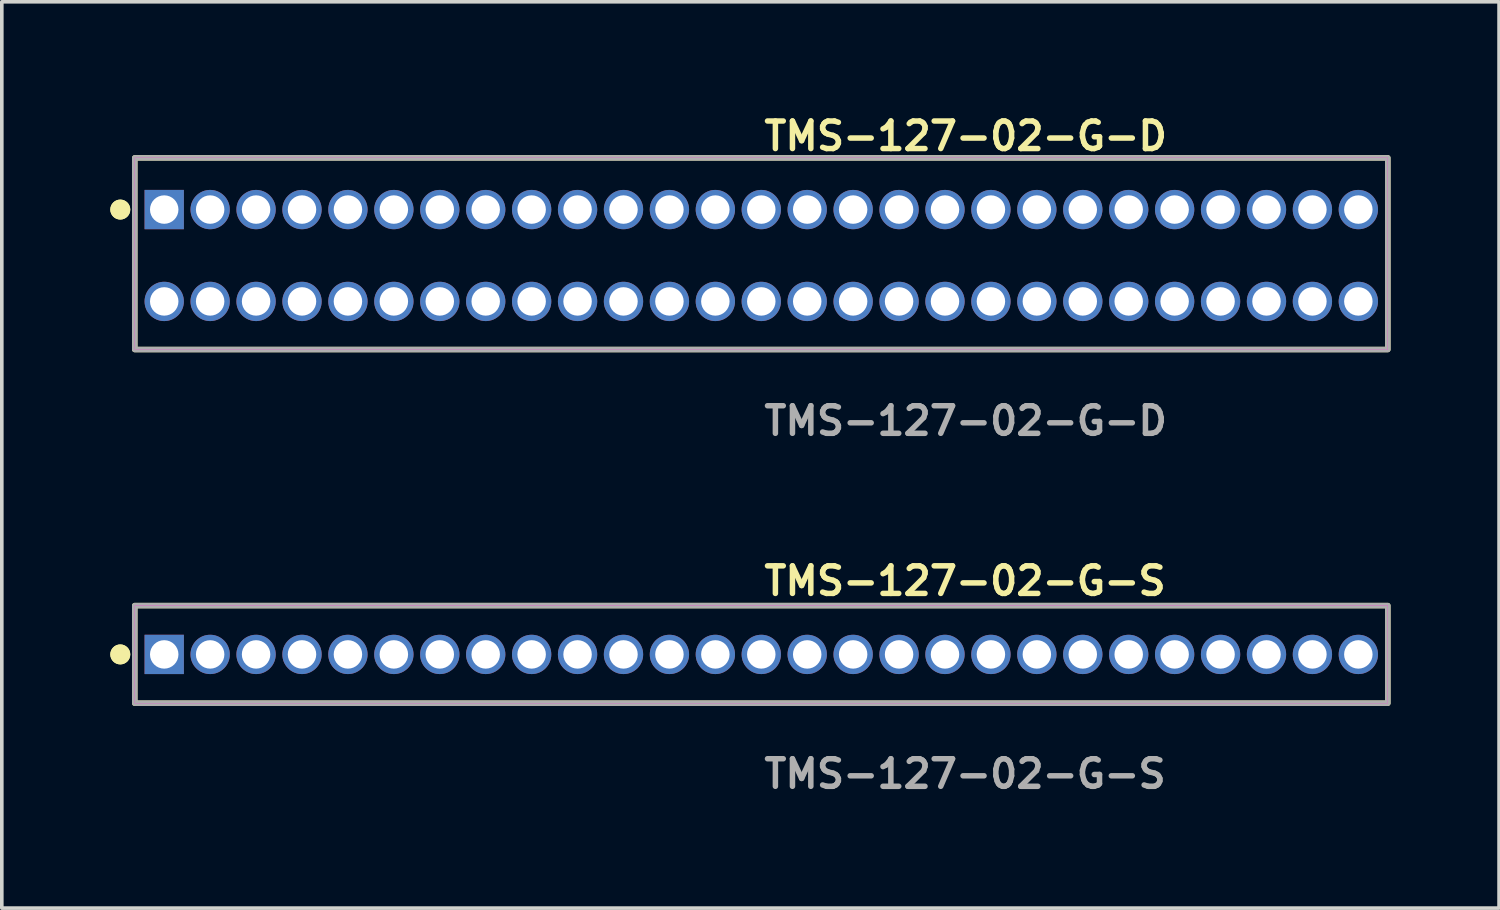
<source format=kicad_pcb>
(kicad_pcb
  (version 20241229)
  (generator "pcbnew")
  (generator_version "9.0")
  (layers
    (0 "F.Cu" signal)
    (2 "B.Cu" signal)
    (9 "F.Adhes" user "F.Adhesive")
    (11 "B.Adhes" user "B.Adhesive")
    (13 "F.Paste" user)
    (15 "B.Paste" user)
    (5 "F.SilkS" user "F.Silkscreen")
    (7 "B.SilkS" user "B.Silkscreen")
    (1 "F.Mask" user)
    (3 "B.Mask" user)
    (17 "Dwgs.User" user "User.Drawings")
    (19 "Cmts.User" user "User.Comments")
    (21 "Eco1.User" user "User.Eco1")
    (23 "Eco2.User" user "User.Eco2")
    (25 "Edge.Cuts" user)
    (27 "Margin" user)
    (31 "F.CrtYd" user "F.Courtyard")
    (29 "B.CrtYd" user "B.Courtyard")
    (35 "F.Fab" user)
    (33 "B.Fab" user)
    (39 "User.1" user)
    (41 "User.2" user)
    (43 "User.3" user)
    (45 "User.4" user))
  (footprint "TMS-127-02-G-D"
    (layer "F.Cu")
    (at 18.001 4.015)
    (property "Reference" "TMS-127-02-G-D" (at 0 -3.302 0) (unlocked yes) (layer "F.SilkS") (effects (font (size 0.762 0.762) (thickness 0.152)) (justify left)))
    (fp_rect (start -17.325 2.6) (end 17.325 -2.7) (stroke (width 0.152) (type solid)) (fill no) (layer "F.SilkS"))
    (fp_circle (center -17.725 -1.27) (end -17.925 -1.27) (stroke (width 0.152) (type solid)) (fill yes) (layer "F.SilkS"))
    (fp_circle (center -17.725 -1.27) (end -17.925 -1.27) (stroke (width 0.152) (type solid)) (fill yes) (layer "F.SilkS"))
    (fp_rect (start -17.325 2.6) (end 17.325 -2.7) (stroke (width 0.006) (type solid)) (fill no) (layer "F.CrtYd"))
    (fp_rect (start -17.325 2.6) (end 17.325 -2.7) (stroke (width 0.152) (type solid)) (fill no) (layer "F.Fab"))
    (fp_text user "${REFERENCE}" (at 0 4.572 0) (unlocked yes) (layer "F.Fab") (effects (font (size 0.762 0.762) (thickness 0.152)) (justify left)))
    (pad "1" thru_hole rect (at -16.51 -1.27) (size 1.087 1.087) (drill 0.787) (layers "*.Cu" "*.Mask"))
    (pad "2" thru_hole circle (at -16.51 1.27) (size 1.087 1.087) (drill 0.787) (layers "*.Cu" "*.Mask"))
    (pad "3" thru_hole circle (at -15.24 -1.27) (size 1.087 1.087) (drill 0.787) (layers "*.Cu" "*.Mask"))
    (pad "4" thru_hole circle (at -15.24 1.27) (size 1.087 1.087) (drill 0.787) (layers "*.Cu" "*.Mask"))
    (pad "5" thru_hole circle (at -13.97 -1.27) (size 1.087 1.087) (drill 0.787) (layers "*.Cu" "*.Mask"))
    (pad "6" thru_hole circle (at -13.97 1.27) (size 1.087 1.087) (drill 0.787) (layers "*.Cu" "*.Mask"))
    (pad "7" thru_hole circle (at -12.7 -1.27) (size 1.087 1.087) (drill 0.787) (layers "*.Cu" "*.Mask"))
    (pad "8" thru_hole circle (at -12.7 1.27) (size 1.087 1.087) (drill 0.787) (layers "*.Cu" "*.Mask"))
    (pad "9" thru_hole circle (at -11.43 -1.27) (size 1.087 1.087) (drill 0.787) (layers "*.Cu" "*.Mask"))
    (pad "10" thru_hole circle (at -11.43 1.27) (size 1.087 1.087) (drill 0.787) (layers "*.Cu" "*.Mask"))
    (pad "11" thru_hole circle (at -10.16 -1.27) (size 1.087 1.087) (drill 0.787) (layers "*.Cu" "*.Mask"))
    (pad "12" thru_hole circle (at -10.16 1.27) (size 1.087 1.087) (drill 0.787) (layers "*.Cu" "*.Mask"))
    (pad "13" thru_hole circle (at -8.89 -1.27) (size 1.087 1.087) (drill 0.787) (layers "*.Cu" "*.Mask"))
    (pad "14" thru_hole circle (at -8.89 1.27) (size 1.087 1.087) (drill 0.787) (layers "*.Cu" "*.Mask"))
    (pad "15" thru_hole circle (at -7.62 -1.27) (size 1.087 1.087) (drill 0.787) (layers "*.Cu" "*.Mask"))
    (pad "16" thru_hole circle (at -7.62 1.27) (size 1.087 1.087) (drill 0.787) (layers "*.Cu" "*.Mask"))
    (pad "17" thru_hole circle (at -6.35 -1.27) (size 1.087 1.087) (drill 0.787) (layers "*.Cu" "*.Mask"))
    (pad "18" thru_hole circle (at -6.35 1.27) (size 1.087 1.087) (drill 0.787) (layers "*.Cu" "*.Mask"))
    (pad "19" thru_hole circle (at -5.08 -1.27) (size 1.087 1.087) (drill 0.787) (layers "*.Cu" "*.Mask"))
    (pad "20" thru_hole circle (at -5.08 1.27) (size 1.087 1.087) (drill 0.787) (layers "*.Cu" "*.Mask"))
    (pad "21" thru_hole circle (at -3.81 -1.27) (size 1.087 1.087) (drill 0.787) (layers "*.Cu" "*.Mask"))
    (pad "22" thru_hole circle (at -3.81 1.27) (size 1.087 1.087) (drill 0.787) (layers "*.Cu" "*.Mask"))
    (pad "23" thru_hole circle (at -2.54 -1.27) (size 1.087 1.087) (drill 0.787) (layers "*.Cu" "*.Mask"))
    (pad "24" thru_hole circle (at -2.54 1.27) (size 1.087 1.087) (drill 0.787) (layers "*.Cu" "*.Mask"))
    (pad "25" thru_hole circle (at -1.27 -1.27) (size 1.087 1.087) (drill 0.787) (layers "*.Cu" "*.Mask"))
    (pad "26" thru_hole circle (at -1.27 1.27) (size 1.087 1.087) (drill 0.787) (layers "*.Cu" "*.Mask"))
    (pad "27" thru_hole circle (at 0 -1.27) (size 1.087 1.087) (drill 0.787) (layers "*.Cu" "*.Mask"))
    (pad "28" thru_hole circle (at 0 1.27) (size 1.087 1.087) (drill 0.787) (layers "*.Cu" "*.Mask"))
    (pad "29" thru_hole circle (at 1.27 -1.27) (size 1.087 1.087) (drill 0.787) (layers "*.Cu" "*.Mask"))
    (pad "30" thru_hole circle (at 1.27 1.27) (size 1.087 1.087) (drill 0.787) (layers "*.Cu" "*.Mask"))
    (pad "31" thru_hole circle (at 2.54 -1.27) (size 1.087 1.087) (drill 0.787) (layers "*.Cu" "*.Mask"))
    (pad "32" thru_hole circle (at 2.54 1.27) (size 1.087 1.087) (drill 0.787) (layers "*.Cu" "*.Mask"))
    (pad "33" thru_hole circle (at 3.81 -1.27) (size 1.087 1.087) (drill 0.787) (layers "*.Cu" "*.Mask"))
    (pad "34" thru_hole circle (at 3.81 1.27) (size 1.087 1.087) (drill 0.787) (layers "*.Cu" "*.Mask"))
    (pad "35" thru_hole circle (at 5.08 -1.27) (size 1.087 1.087) (drill 0.787) (layers "*.Cu" "*.Mask"))
    (pad "36" thru_hole circle (at 5.08 1.27) (size 1.087 1.087) (drill 0.787) (layers "*.Cu" "*.Mask"))
    (pad "37" thru_hole circle (at 6.35 -1.27) (size 1.087 1.087) (drill 0.787) (layers "*.Cu" "*.Mask"))
    (pad "38" thru_hole circle (at 6.35 1.27) (size 1.087 1.087) (drill 0.787) (layers "*.Cu" "*.Mask"))
    (pad "39" thru_hole circle (at 7.62 -1.27) (size 1.087 1.087) (drill 0.787) (layers "*.Cu" "*.Mask"))
    (pad "40" thru_hole circle (at 7.62 1.27) (size 1.087 1.087) (drill 0.787) (layers "*.Cu" "*.Mask"))
    (pad "41" thru_hole circle (at 8.89 -1.27) (size 1.087 1.087) (drill 0.787) (layers "*.Cu" "*.Mask"))
    (pad "42" thru_hole circle (at 8.89 1.27) (size 1.087 1.087) (drill 0.787) (layers "*.Cu" "*.Mask"))
    (pad "43" thru_hole circle (at 10.16 -1.27) (size 1.087 1.087) (drill 0.787) (layers "*.Cu" "*.Mask"))
    (pad "44" thru_hole circle (at 10.16 1.27) (size 1.087 1.087) (drill 0.787) (layers "*.Cu" "*.Mask"))
    (pad "45" thru_hole circle (at 11.43 -1.27) (size 1.087 1.087) (drill 0.787) (layers "*.Cu" "*.Mask"))
    (pad "46" thru_hole circle (at 11.43 1.27) (size 1.087 1.087) (drill 0.787) (layers "*.Cu" "*.Mask"))
    (pad "47" thru_hole circle (at 12.7 -1.27) (size 1.087 1.087) (drill 0.787) (layers "*.Cu" "*.Mask"))
    (pad "48" thru_hole circle (at 12.7 1.27) (size 1.087 1.087) (drill 0.787) (layers "*.Cu" "*.Mask"))
    (pad "49" thru_hole circle (at 13.97 -1.27) (size 1.087 1.087) (drill 0.787) (layers "*.Cu" "*.Mask"))
    (pad "50" thru_hole circle (at 13.97 1.27) (size 1.087 1.087) (drill 0.787) (layers "*.Cu" "*.Mask"))
    (pad "51" thru_hole circle (at 15.24 -1.27) (size 1.087 1.087) (drill 0.787) (layers "*.Cu" "*.Mask"))
    (pad "52" thru_hole circle (at 15.24 1.27) (size 1.087 1.087) (drill 0.787) (layers "*.Cu" "*.Mask"))
    (pad "53" thru_hole circle (at 16.51 -1.27) (size 1.087 1.087) (drill 0.787) (layers "*.Cu" "*.Mask"))
    (pad "54" thru_hole circle (at 16.51 1.27) (size 1.087 1.087) (drill 0.787) (layers "*.Cu" "*.Mask")))
  (footprint "TMS-127-02-G-S"
    (layer "F.Cu")
    (at 18.001 15.046)
    (property "Reference" "TMS-127-02-G-S" (at 0 -2.032 0) (unlocked yes) (layer "F.SilkS") (effects (font (size 0.762 0.762) (thickness 0.152)) (justify left)))
    (fp_rect (start -17.325 1.35) (end 17.325 -1.35) (stroke (width 0.152) (type solid)) (fill no) (layer "F.SilkS"))
    (fp_circle (center -17.725 0) (end -17.925 0) (stroke (width 0.152) (type solid)) (fill yes) (layer "F.SilkS"))
    (fp_circle (center -17.725 0) (end -17.925 0) (stroke (width 0.152) (type solid)) (fill yes) (layer "F.SilkS"))
    (fp_rect (start -17.325 1.35) (end 17.325 -1.35) (stroke (width 0.006) (type solid)) (fill no) (layer "F.CrtYd"))
    (fp_rect (start -17.325 1.35) (end 17.325 -1.35) (stroke (width 0.152) (type solid)) (fill no) (layer "F.Fab"))
    (fp_text user "${REFERENCE}" (at 0 3.302 0) (unlocked yes) (layer "F.Fab") (effects (font (size 0.762 0.762) (thickness 0.152)) (justify left)))
    (pad "1" thru_hole rect (at -16.51 0) (size 1.087 1.087) (drill 0.787) (layers "*.Cu" "*.Mask"))
    (pad "2" thru_hole circle (at -15.24 0) (size 1.087 1.087) (drill 0.787) (layers "*.Cu" "*.Mask"))
    (pad "3" thru_hole circle (at -13.97 0) (size 1.087 1.087) (drill 0.787) (layers "*.Cu" "*.Mask"))
    (pad "4" thru_hole circle (at -12.7 0) (size 1.087 1.087) (drill 0.787) (layers "*.Cu" "*.Mask"))
    (pad "5" thru_hole circle (at -11.43 0) (size 1.087 1.087) (drill 0.787) (layers "*.Cu" "*.Mask"))
    (pad "6" thru_hole circle (at -10.16 0) (size 1.087 1.087) (drill 0.787) (layers "*.Cu" "*.Mask"))
    (pad "7" thru_hole circle (at -8.89 0) (size 1.087 1.087) (drill 0.787) (layers "*.Cu" "*.Mask"))
    (pad "8" thru_hole circle (at -7.62 0) (size 1.087 1.087) (drill 0.787) (layers "*.Cu" "*.Mask"))
    (pad "9" thru_hole circle (at -6.35 0) (size 1.087 1.087) (drill 0.787) (layers "*.Cu" "*.Mask"))
    (pad "10" thru_hole circle (at -5.08 0) (size 1.087 1.087) (drill 0.787) (layers "*.Cu" "*.Mask"))
    (pad "11" thru_hole circle (at -3.81 0) (size 1.087 1.087) (drill 0.787) (layers "*.Cu" "*.Mask"))
    (pad "12" thru_hole circle (at -2.54 0) (size 1.087 1.087) (drill 0.787) (layers "*.Cu" "*.Mask"))
    (pad "13" thru_hole circle (at -1.27 0) (size 1.087 1.087) (drill 0.787) (layers "*.Cu" "*.Mask"))
    (pad "14" thru_hole circle (at 0 0) (size 1.087 1.087) (drill 0.787) (layers "*.Cu" "*.Mask"))
    (pad "15" thru_hole circle (at 1.27 0) (size 1.087 1.087) (drill 0.787) (layers "*.Cu" "*.Mask"))
    (pad "16" thru_hole circle (at 2.54 0) (size 1.087 1.087) (drill 0.787) (layers "*.Cu" "*.Mask"))
    (pad "17" thru_hole circle (at 3.81 0) (size 1.087 1.087) (drill 0.787) (layers "*.Cu" "*.Mask"))
    (pad "18" thru_hole circle (at 5.08 0) (size 1.087 1.087) (drill 0.787) (layers "*.Cu" "*.Mask"))
    (pad "19" thru_hole circle (at 6.35 0) (size 1.087 1.087) (drill 0.787) (layers "*.Cu" "*.Mask"))
    (pad "20" thru_hole circle (at 7.62 0) (size 1.087 1.087) (drill 0.787) (layers "*.Cu" "*.Mask"))
    (pad "21" thru_hole circle (at 8.89 0) (size 1.087 1.087) (drill 0.787) (layers "*.Cu" "*.Mask"))
    (pad "22" thru_hole circle (at 10.16 0) (size 1.087 1.087) (drill 0.787) (layers "*.Cu" "*.Mask"))
    (pad "23" thru_hole circle (at 11.43 0) (size 1.087 1.087) (drill 0.787) (layers "*.Cu" "*.Mask"))
    (pad "24" thru_hole circle (at 12.7 0) (size 1.087 1.087) (drill 0.787) (layers "*.Cu" "*.Mask"))
    (pad "25" thru_hole circle (at 13.97 0) (size 1.087 1.087) (drill 0.787) (layers "*.Cu" "*.Mask"))
    (pad "26" thru_hole circle (at 15.24 0) (size 1.087 1.087) (drill 0.787) (layers "*.Cu" "*.Mask"))
    (pad "27" thru_hole circle (at 16.51 0) (size 1.087 1.087) (drill 0.787) (layers "*.Cu" "*.Mask")))
  (gr_rect
    (start -3 -3)
    (end 38.402 22.061)
    (stroke (width 0.1) (type default))
    (fill no)
    (layer "Edge.Cuts")))
</source>
